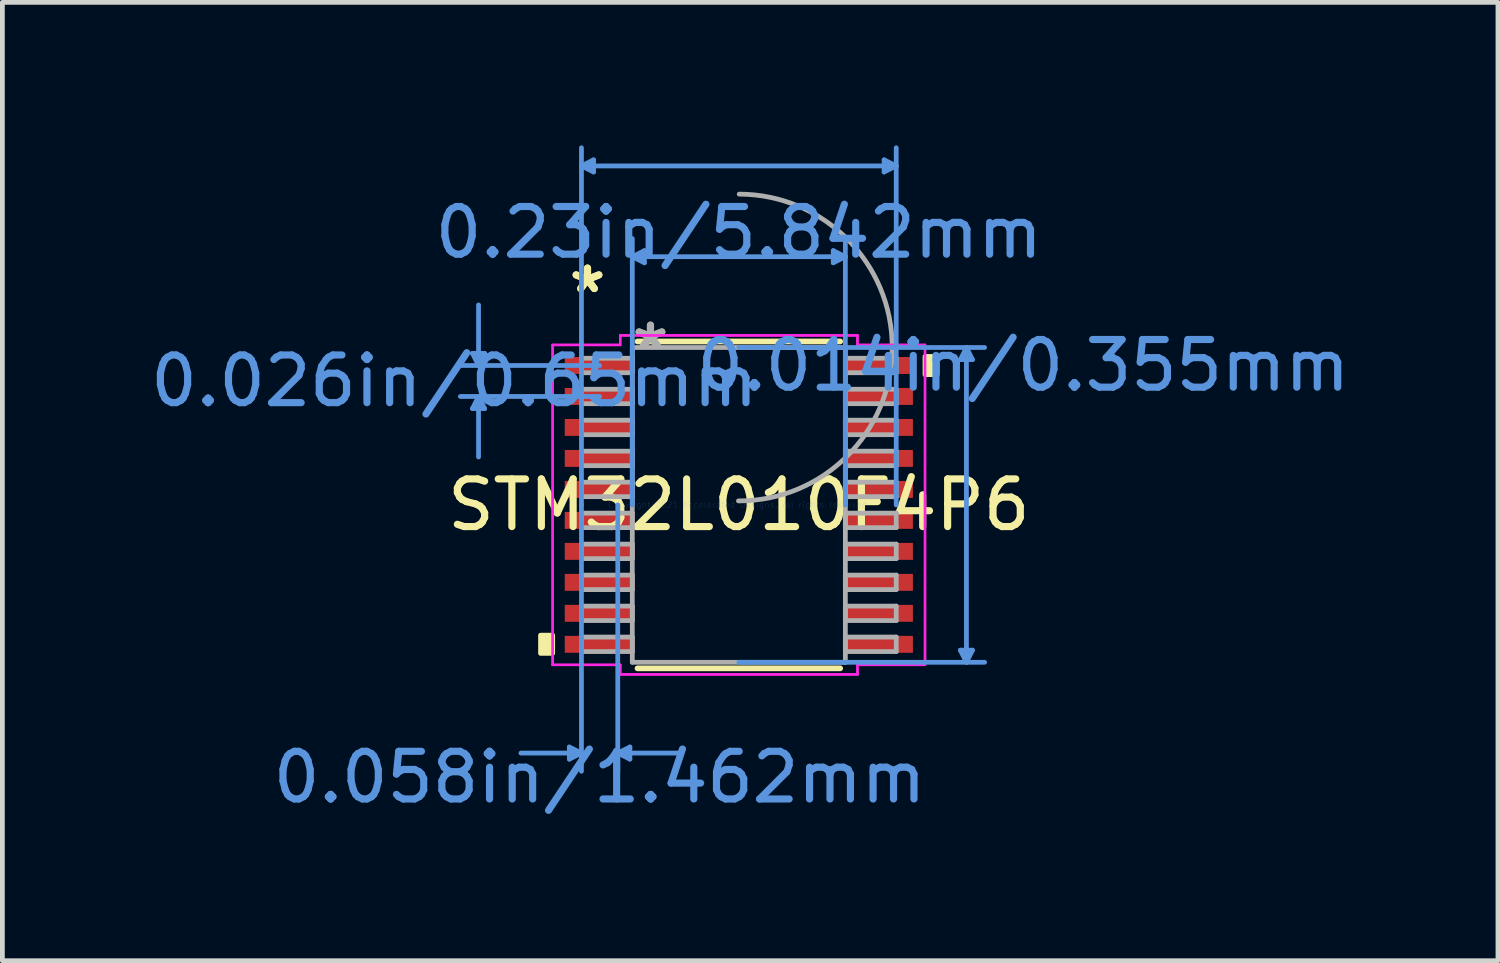
<source format=kicad_pcb>
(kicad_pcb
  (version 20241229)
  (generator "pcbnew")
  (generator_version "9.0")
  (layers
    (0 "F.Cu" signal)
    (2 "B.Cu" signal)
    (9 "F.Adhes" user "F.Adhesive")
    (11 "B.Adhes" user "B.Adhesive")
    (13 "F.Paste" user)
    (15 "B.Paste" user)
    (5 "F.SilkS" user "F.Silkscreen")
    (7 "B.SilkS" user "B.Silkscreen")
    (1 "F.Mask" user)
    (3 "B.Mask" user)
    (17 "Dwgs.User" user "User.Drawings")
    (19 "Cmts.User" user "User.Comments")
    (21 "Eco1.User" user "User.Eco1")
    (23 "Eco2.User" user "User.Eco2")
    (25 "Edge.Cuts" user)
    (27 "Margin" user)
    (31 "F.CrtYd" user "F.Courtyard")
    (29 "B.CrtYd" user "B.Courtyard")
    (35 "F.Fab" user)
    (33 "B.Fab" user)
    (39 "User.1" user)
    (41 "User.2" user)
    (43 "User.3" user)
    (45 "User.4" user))
  (footprint "STM32L010F4P6"
    (layer "F.Cu")
    (at 12.451 7.543)
    (property "Reference" "STM32L010F4P6" (at 0 0 0) (layer "F.SilkS") (effects (font (size 1 1) (thickness 0.15))))
    (attr through_hole)
    (fp_line (start -2.126 3.429) (end 2.126 3.429) (stroke (width 0.12) (type solid)) (layer "F.SilkS"))
    (fp_line (start 2.126 -3.429) (end -2.126 -3.429) (stroke (width 0.12) (type solid)) (layer "F.SilkS"))
    (fp_poly (pts (xy -4.16 2.734) (xy -4.16 3.115) (xy -3.906 3.115) (xy -3.906 2.734)) (stroke (width 0.1) (type solid)) (fill yes) (layer "F.SilkS"))
    (fp_poly (pts (xy 4.16 -3.115) (xy 4.16 -2.734) (xy 3.906 -2.734) (xy 3.906 -3.115)) (stroke (width 0.1) (type solid)) (fill yes) (layer "F.SilkS"))
    (fp_line (start -5.588 -3.179) (end -5.334 -3.179) (stroke (width 0.1) (type solid)) (layer "Cmts.User"))
    (fp_line (start -5.588 -2.021) (end -5.334 -2.021) (stroke (width 0.1) (type solid)) (layer "Cmts.User"))
    (fp_line (start -5.461 -2.925) (end -5.588 -3.179) (stroke (width 0.1) (type solid)) (layer "Cmts.User"))
    (fp_line (start -5.461 -2.925) (end -5.461 -4.195) (stroke (width 0.1) (type solid)) (layer "Cmts.User"))
    (fp_line (start -5.461 -2.925) (end -5.334 -3.179) (stroke (width 0.1) (type solid)) (layer "Cmts.User"))
    (fp_line (start -5.461 -2.275) (end -5.588 -2.021) (stroke (width 0.1) (type solid)) (layer "Cmts.User"))
    (fp_line (start -5.461 -2.275) (end -5.461 -1.005) (stroke (width 0.1) (type solid)) (layer "Cmts.User"))
    (fp_line (start -5.461 -2.275) (end -5.334 -2.021) (stroke (width 0.1) (type solid)) (layer "Cmts.User"))
    (fp_line (start -3.556 5.08) (end -3.556 5.334) (stroke (width 0.1) (type solid)) (layer "Cmts.User"))
    (fp_line (start -3.302 -7.112) (end -3.048 -7.239) (stroke (width 0.1) (type solid)) (layer "Cmts.User"))
    (fp_line (start -3.302 -7.112) (end -3.048 -6.985) (stroke (width 0.1) (type solid)) (layer "Cmts.User"))
    (fp_line (start -3.302 -7.112) (end 3.302 -7.112) (stroke (width 0.1) (type solid)) (layer "Cmts.User"))
    (fp_line (start -3.302 0) (end -3.302 -7.493) (stroke (width 0.1) (type solid)) (layer "Cmts.User"))
    (fp_line (start -3.302 0) (end -3.302 5.588) (stroke (width 0.1) (type solid)) (layer "Cmts.User"))
    (fp_line (start -3.302 5.207) (end -4.572 5.207) (stroke (width 0.1) (type solid)) (layer "Cmts.User"))
    (fp_line (start -3.302 5.207) (end -3.556 5.08) (stroke (width 0.1) (type solid)) (layer "Cmts.User"))
    (fp_line (start -3.302 5.207) (end -3.556 5.334) (stroke (width 0.1) (type solid)) (layer "Cmts.User"))
    (fp_line (start -3.048 -7.239) (end -3.048 -6.985) (stroke (width 0.1) (type solid)) (layer "Cmts.User"))
    (fp_line (start -2.921 -2.925) (end -5.842 -2.925) (stroke (width 0.1) (type solid)) (layer "Cmts.User"))
    (fp_line (start -2.921 -2.275) (end -5.842 -2.275) (stroke (width 0.1) (type solid)) (layer "Cmts.User"))
    (fp_line (start -2.54 0) (end -2.54 5.588) (stroke (width 0.1) (type solid)) (layer "Cmts.User"))
    (fp_line (start -2.54 5.207) (end -2.286 5.08) (stroke (width 0.1) (type solid)) (layer "Cmts.User"))
    (fp_line (start -2.54 5.207) (end -2.286 5.334) (stroke (width 0.1) (type solid)) (layer "Cmts.User"))
    (fp_line (start -2.54 5.207) (end -1.27 5.207) (stroke (width 0.1) (type solid)) (layer "Cmts.User"))
    (fp_line (start -2.286 5.08) (end -2.286 5.334) (stroke (width 0.1) (type solid)) (layer "Cmts.User"))
    (fp_line (start -2.235 -5.207) (end -1.981 -5.334) (stroke (width 0.1) (type solid)) (layer "Cmts.User"))
    (fp_line (start -2.235 -5.207) (end -1.981 -5.08) (stroke (width 0.1) (type solid)) (layer "Cmts.User"))
    (fp_line (start -2.235 -5.207) (end 2.235 -5.207) (stroke (width 0.1) (type solid)) (layer "Cmts.User"))
    (fp_line (start -2.235 0) (end -2.235 -5.588) (stroke (width 0.1) (type solid)) (layer "Cmts.User"))
    (fp_line (start -1.981 -5.334) (end -1.981 -5.08) (stroke (width 0.1) (type solid)) (layer "Cmts.User"))
    (fp_line (start 0 -3.302) (end 5.156 -3.302) (stroke (width 0.1) (type solid)) (layer "Cmts.User"))
    (fp_line (start 0 3.302) (end 5.156 3.302) (stroke (width 0.1) (type solid)) (layer "Cmts.User"))
    (fp_line (start 1.981 -5.334) (end 1.981 -5.08) (stroke (width 0.1) (type solid)) (layer "Cmts.User"))
    (fp_line (start 2.235 -5.207) (end 1.981 -5.334) (stroke (width 0.1) (type solid)) (layer "Cmts.User"))
    (fp_line (start 2.235 -5.207) (end 1.981 -5.08) (stroke (width 0.1) (type solid)) (layer "Cmts.User"))
    (fp_line (start 2.235 0) (end 2.235 -5.588) (stroke (width 0.1) (type solid)) (layer "Cmts.User"))
    (fp_line (start 3.048 -7.239) (end 3.048 -6.985) (stroke (width 0.1) (type solid)) (layer "Cmts.User"))
    (fp_line (start 3.302 -7.112) (end 3.048 -7.239) (stroke (width 0.1) (type solid)) (layer "Cmts.User"))
    (fp_line (start 3.302 -7.112) (end 3.048 -6.985) (stroke (width 0.1) (type solid)) (layer "Cmts.User"))
    (fp_line (start 3.302 0) (end 3.302 -7.493) (stroke (width 0.1) (type solid)) (layer "Cmts.User"))
    (fp_line (start 4.648 -3.048) (end 4.902 -3.048) (stroke (width 0.1) (type solid)) (layer "Cmts.User"))
    (fp_line (start 4.648 3.048) (end 4.902 3.048) (stroke (width 0.1) (type solid)) (layer "Cmts.User"))
    (fp_line (start 4.775 -3.302) (end 4.648 -3.048) (stroke (width 0.1) (type solid)) (layer "Cmts.User"))
    (fp_line (start 4.775 -3.302) (end 4.775 3.302) (stroke (width 0.1) (type solid)) (layer "Cmts.User"))
    (fp_line (start 4.775 -3.302) (end 4.902 -3.048) (stroke (width 0.1) (type solid)) (layer "Cmts.User"))
    (fp_line (start 4.775 3.302) (end 4.648 3.048) (stroke (width 0.1) (type solid)) (layer "Cmts.User"))
    (fp_line (start 4.775 3.302) (end 4.902 3.048) (stroke (width 0.1) (type solid)) (layer "Cmts.User"))
    (fp_line (start -3.906 -3.356) (end -2.489 -3.356) (stroke (width 0.05) (type solid)) (layer "F.CrtYd"))
    (fp_line (start -3.906 -3.356) (end -2.489 -3.356) (stroke (width 0.05) (type solid)) (layer "F.CrtYd"))
    (fp_line (start -3.906 3.356) (end -3.906 -3.356) (stroke (width 0.05) (type solid)) (layer "F.CrtYd"))
    (fp_line (start -3.906 3.356) (end -3.906 -3.356) (stroke (width 0.05) (type solid)) (layer "F.CrtYd"))
    (fp_line (start -3.906 3.356) (end -2.489 3.356) (stroke (width 0.05) (type solid)) (layer "F.CrtYd"))
    (fp_line (start -2.489 -3.556) (end 2.489 -3.556) (stroke (width 0.05) (type solid)) (layer "F.CrtYd"))
    (fp_line (start -2.489 -3.556) (end 2.489 -3.556) (stroke (width 0.05) (type solid)) (layer "F.CrtYd"))
    (fp_line (start -2.489 -3.356) (end -2.489 -3.556) (stroke (width 0.05) (type solid)) (layer "F.CrtYd"))
    (fp_line (start -2.489 -3.356) (end -2.489 -3.556) (stroke (width 0.05) (type solid)) (layer "F.CrtYd"))
    (fp_line (start -2.489 3.356) (end -3.906 3.356) (stroke (width 0.05) (type solid)) (layer "F.CrtYd"))
    (fp_line (start -2.489 3.556) (end -2.489 3.356) (stroke (width 0.05) (type solid)) (layer "F.CrtYd"))
    (fp_line (start -2.489 3.556) (end -2.489 3.356) (stroke (width 0.05) (type solid)) (layer "F.CrtYd"))
    (fp_line (start 2.489 -3.556) (end 2.489 -3.356) (stroke (width 0.05) (type solid)) (layer "F.CrtYd"))
    (fp_line (start 2.489 -3.556) (end 2.489 -3.356) (stroke (width 0.05) (type solid)) (layer "F.CrtYd"))
    (fp_line (start 2.489 -3.356) (end 3.906 -3.356) (stroke (width 0.05) (type solid)) (layer "F.CrtYd"))
    (fp_line (start 2.489 3.356) (end 2.489 3.556) (stroke (width 0.05) (type solid)) (layer "F.CrtYd"))
    (fp_line (start 2.489 3.356) (end 2.489 3.556) (stroke (width 0.05) (type solid)) (layer "F.CrtYd"))
    (fp_line (start 2.489 3.556) (end -2.489 3.556) (stroke (width 0.05) (type solid)) (layer "F.CrtYd"))
    (fp_line (start 2.489 3.556) (end -2.489 3.556) (stroke (width 0.05) (type solid)) (layer "F.CrtYd"))
    (fp_line (start 3.906 -3.356) (end 2.489 -3.356) (stroke (width 0.05) (type solid)) (layer "F.CrtYd"))
    (fp_line (start 3.906 -3.356) (end 3.906 3.356) (stroke (width 0.05) (type solid)) (layer "F.CrtYd"))
    (fp_line (start 3.906 -3.356) (end 3.906 3.356) (stroke (width 0.05) (type solid)) (layer "F.CrtYd"))
    (fp_line (start 3.906 3.356) (end 2.489 3.356) (stroke (width 0.05) (type solid)) (layer "F.CrtYd"))
    (fp_line (start 3.906 3.356) (end 2.489 3.356) (stroke (width 0.05) (type solid)) (layer "F.CrtYd"))
    (fp_line (start -3.302 -3.077) (end -3.302 -2.773) (stroke (width 0.1) (type solid)) (layer "F.Fab"))
    (fp_line (start -3.302 -2.773) (end -2.235 -2.773) (stroke (width 0.1) (type solid)) (layer "F.Fab"))
    (fp_line (start -3.302 -2.427) (end -3.302 -2.123) (stroke (width 0.1) (type solid)) (layer "F.Fab"))
    (fp_line (start -3.302 -2.123) (end -2.235 -2.123) (stroke (width 0.1) (type solid)) (layer "F.Fab"))
    (fp_line (start -3.302 -1.777) (end -3.302 -1.473) (stroke (width 0.1) (type solid)) (layer "F.Fab"))
    (fp_line (start -3.302 -1.473) (end -2.235 -1.473) (stroke (width 0.1) (type solid)) (layer "F.Fab"))
    (fp_line (start -3.302 -1.127) (end -3.302 -0.823) (stroke (width 0.1) (type solid)) (layer "F.Fab"))
    (fp_line (start -3.302 -0.823) (end -2.235 -0.823) (stroke (width 0.1) (type solid)) (layer "F.Fab"))
    (fp_line (start -3.302 -0.477) (end -3.302 -0.173) (stroke (width 0.1) (type solid)) (layer "F.Fab"))
    (fp_line (start -3.302 -0.173) (end -2.235 -0.173) (stroke (width 0.1) (type solid)) (layer "F.Fab"))
    (fp_line (start -3.302 0.173) (end -3.302 0.477) (stroke (width 0.1) (type solid)) (layer "F.Fab"))
    (fp_line (start -3.302 0.477) (end -2.235 0.477) (stroke (width 0.1) (type solid)) (layer "F.Fab"))
    (fp_line (start -3.302 0.823) (end -3.302 1.127) (stroke (width 0.1) (type solid)) (layer "F.Fab"))
    (fp_line (start -3.302 1.127) (end -2.235 1.127) (stroke (width 0.1) (type solid)) (layer "F.Fab"))
    (fp_line (start -3.302 1.473) (end -3.302 1.777) (stroke (width 0.1) (type solid)) (layer "F.Fab"))
    (fp_line (start -3.302 1.777) (end -2.235 1.777) (stroke (width 0.1) (type solid)) (layer "F.Fab"))
    (fp_line (start -3.302 2.123) (end -3.302 2.427) (stroke (width 0.1) (type solid)) (layer "F.Fab"))
    (fp_line (start -3.302 2.427) (end -2.235 2.427) (stroke (width 0.1) (type solid)) (layer "F.Fab"))
    (fp_line (start -3.302 2.773) (end -3.302 3.077) (stroke (width 0.1) (type solid)) (layer "F.Fab"))
    (fp_line (start -3.302 3.077) (end -2.235 3.077) (stroke (width 0.1) (type solid)) (layer "F.Fab"))
    (fp_line (start -2.235 -3.302) (end -2.235 3.302) (stroke (width 0.1) (type solid)) (layer "F.Fab"))
    (fp_line (start -2.235 -3.077) (end -3.302 -3.077) (stroke (width 0.1) (type solid)) (layer "F.Fab"))
    (fp_line (start -2.235 -2.773) (end -2.235 -3.077) (stroke (width 0.1) (type solid)) (layer "F.Fab"))
    (fp_line (start -2.235 -2.427) (end -3.302 -2.427) (stroke (width 0.1) (type solid)) (layer "F.Fab"))
    (fp_line (start -2.235 -2.123) (end -2.235 -2.427) (stroke (width 0.1) (type solid)) (layer "F.Fab"))
    (fp_line (start -2.235 -1.777) (end -3.302 -1.777) (stroke (width 0.1) (type solid)) (layer "F.Fab"))
    (fp_line (start -2.235 -1.473) (end -2.235 -1.777) (stroke (width 0.1) (type solid)) (layer "F.Fab"))
    (fp_line (start -2.235 -1.127) (end -3.302 -1.127) (stroke (width 0.1) (type solid)) (layer "F.Fab"))
    (fp_line (start -2.235 -0.823) (end -2.235 -1.127) (stroke (width 0.1) (type solid)) (layer "F.Fab"))
    (fp_line (start -2.235 -0.477) (end -3.302 -0.477) (stroke (width 0.1) (type solid)) (layer "F.Fab"))
    (fp_line (start -2.235 -0.173) (end -2.235 -0.477) (stroke (width 0.1) (type solid)) (layer "F.Fab"))
    (fp_line (start -2.235 0.173) (end -3.302 0.173) (stroke (width 0.1) (type solid)) (layer "F.Fab"))
    (fp_line (start -2.235 0.477) (end -2.235 0.173) (stroke (width 0.1) (type solid)) (layer "F.Fab"))
    (fp_line (start -2.235 0.823) (end -3.302 0.823) (stroke (width 0.1) (type solid)) (layer "F.Fab"))
    (fp_line (start -2.235 1.127) (end -2.235 0.823) (stroke (width 0.1) (type solid)) (layer "F.Fab"))
    (fp_line (start -2.235 1.473) (end -3.302 1.473) (stroke (width 0.1) (type solid)) (layer "F.Fab"))
    (fp_line (start -2.235 1.777) (end -2.235 1.473) (stroke (width 0.1) (type solid)) (layer "F.Fab"))
    (fp_line (start -2.235 2.123) (end -3.302 2.123) (stroke (width 0.1) (type solid)) (layer "F.Fab"))
    (fp_line (start -2.235 2.427) (end -2.235 2.123) (stroke (width 0.1) (type solid)) (layer "F.Fab"))
    (fp_line (start -2.235 2.773) (end -3.302 2.773) (stroke (width 0.1) (type solid)) (layer "F.Fab"))
    (fp_line (start -2.235 3.077) (end -2.235 2.773) (stroke (width 0.1) (type solid)) (layer "F.Fab"))
    (fp_line (start -2.235 3.302) (end 2.235 3.302) (stroke (width 0.1) (type solid)) (layer "F.Fab"))
    (fp_line (start 2.235 -3.302) (end -2.235 -3.302) (stroke (width 0.1) (type solid)) (layer "F.Fab"))
    (fp_line (start 2.235 -3.077) (end 2.235 -2.773) (stroke (width 0.1) (type solid)) (layer "F.Fab"))
    (fp_line (start 2.235 -2.773) (end 3.302 -2.773) (stroke (width 0.1) (type solid)) (layer "F.Fab"))
    (fp_line (start 2.235 -2.427) (end 2.235 -2.123) (stroke (width 0.1) (type solid)) (layer "F.Fab"))
    (fp_line (start 2.235 -2.123) (end 3.302 -2.123) (stroke (width 0.1) (type solid)) (layer "F.Fab"))
    (fp_line (start 2.235 -1.777) (end 2.235 -1.473) (stroke (width 0.1) (type solid)) (layer "F.Fab"))
    (fp_line (start 2.235 -1.473) (end 3.302 -1.473) (stroke (width 0.1) (type solid)) (layer "F.Fab"))
    (fp_line (start 2.235 -1.127) (end 2.235 -0.823) (stroke (width 0.1) (type solid)) (layer "F.Fab"))
    (fp_line (start 2.235 -0.823) (end 3.302 -0.823) (stroke (width 0.1) (type solid)) (layer "F.Fab"))
    (fp_line (start 2.235 -0.477) (end 2.235 -0.173) (stroke (width 0.1) (type solid)) (layer "F.Fab"))
    (fp_line (start 2.235 -0.173) (end 3.302 -0.173) (stroke (width 0.1) (type solid)) (layer "F.Fab"))
    (fp_line (start 2.235 0.173) (end 2.235 0.477) (stroke (width 0.1) (type solid)) (layer "F.Fab"))
    (fp_line (start 2.235 0.477) (end 3.302 0.477) (stroke (width 0.1) (type solid)) (layer "F.Fab"))
    (fp_line (start 2.235 0.823) (end 2.235 1.127) (stroke (width 0.1) (type solid)) (layer "F.Fab"))
    (fp_line (start 2.235 1.127) (end 3.302 1.127) (stroke (width 0.1) (type solid)) (layer "F.Fab"))
    (fp_line (start 2.235 1.473) (end 2.235 1.777) (stroke (width 0.1) (type solid)) (layer "F.Fab"))
    (fp_line (start 2.235 1.777) (end 3.302 1.777) (stroke (width 0.1) (type solid)) (layer "F.Fab"))
    (fp_line (start 2.235 2.123) (end 2.235 2.427) (stroke (width 0.1) (type solid)) (layer "F.Fab"))
    (fp_line (start 2.235 2.427) (end 3.302 2.427) (stroke (width 0.1) (type solid)) (layer "F.Fab"))
    (fp_line (start 2.235 2.773) (end 2.235 3.077) (stroke (width 0.1) (type solid)) (layer "F.Fab"))
    (fp_line (start 2.235 3.077) (end 3.302 3.077) (stroke (width 0.1) (type solid)) (layer "F.Fab"))
    (fp_line (start 2.235 3.302) (end 2.235 -3.302) (stroke (width 0.1) (type solid)) (layer "F.Fab"))
    (fp_line (start 3.302 -3.077) (end 2.235 -3.077) (stroke (width 0.1) (type solid)) (layer "F.Fab"))
    (fp_line (start 3.302 -2.773) (end 3.302 -3.077) (stroke (width 0.1) (type solid)) (layer "F.Fab"))
    (fp_line (start 3.302 -2.427) (end 2.235 -2.427) (stroke (width 0.1) (type solid)) (layer "F.Fab"))
    (fp_line (start 3.302 -2.123) (end 3.302 -2.427) (stroke (width 0.1) (type solid)) (layer "F.Fab"))
    (fp_line (start 3.302 -1.777) (end 2.235 -1.777) (stroke (width 0.1) (type solid)) (layer "F.Fab"))
    (fp_line (start 3.302 -1.473) (end 3.302 -1.777) (stroke (width 0.1) (type solid)) (layer "F.Fab"))
    (fp_line (start 3.302 -1.127) (end 2.235 -1.127) (stroke (width 0.1) (type solid)) (layer "F.Fab"))
    (fp_line (start 3.302 -0.823) (end 3.302 -1.127) (stroke (width 0.1) (type solid)) (layer "F.Fab"))
    (fp_line (start 3.302 -0.477) (end 2.235 -0.477) (stroke (width 0.1) (type solid)) (layer "F.Fab"))
    (fp_line (start 3.302 -0.173) (end 3.302 -0.477) (stroke (width 0.1) (type solid)) (layer "F.Fab"))
    (fp_line (start 3.302 0.173) (end 2.235 0.173) (stroke (width 0.1) (type solid)) (layer "F.Fab"))
    (fp_line (start 3.302 0.477) (end 3.302 0.173) (stroke (width 0.1) (type solid)) (layer "F.Fab"))
    (fp_line (start 3.302 0.823) (end 2.235 0.823) (stroke (width 0.1) (type solid)) (layer "F.Fab"))
    (fp_line (start 3.302 1.127) (end 3.302 0.823) (stroke (width 0.1) (type solid)) (layer "F.Fab"))
    (fp_line (start 3.302 1.473) (end 2.235 1.473) (stroke (width 0.1) (type solid)) (layer "F.Fab"))
    (fp_line (start 3.302 1.777) (end 3.302 1.473) (stroke (width 0.1) (type solid)) (layer "F.Fab"))
    (fp_line (start 3.302 2.123) (end 2.235 2.123) (stroke (width 0.1) (type solid)) (layer "F.Fab"))
    (fp_line (start 3.302 2.427) (end 3.302 2.123) (stroke (width 0.1) (type solid)) (layer "F.Fab"))
    (fp_line (start 3.302 2.773) (end 2.235 2.773) (stroke (width 0.1) (type solid)) (layer "F.Fab"))
    (fp_line (start 3.302 3.077) (end 3.302 2.773) (stroke (width 0.1) (type solid)) (layer "F.Fab"))
    (fp_arc (start 0.007742 -6.520129) (mid 3.218129 -3.294258) (end -0.007742 -0.083871) (stroke (width 0.1) (type solid)) (layer "F.Fab"))
    (fp_text user "*" (at -3.175 -4.423 0) (layer "F.SilkS") (effects (font (size 1 1) (thickness 0.15))))
    (fp_text user "*" (at -3.175 -4.423 0) (layer "F.SilkS") (effects (font (size 1 1) (thickness 0.15))))
    (fp_text user "0.23in/5.842mm" (at 0 -5.715 0) (layer "Cmts.User") (effects (font (size 1 1) (thickness 0.15))))
    (fp_text user "Copyright 2021 Accelerated Designs. All rights reserved." (at 0 0 0) (layer "Cmts.User") (effects (font (size 0.127 0.127) (thickness 0.002))))
    (fp_text user "0.014in/0.355mm" (at 5.969 -2.925 0) (layer "Cmts.User") (effects (font (size 1 1) (thickness 0.15))))
    (fp_text user "0.058in/1.462mm" (at -2.921 5.715 0) (layer "Cmts.User") (effects (font (size 1 1) (thickness 0.15))))
    (fp_text user "0.026in/0.65mm" (at -5.969 -2.6 0) (layer "Cmts.User") (effects (font (size 1 1) (thickness 0.15))))
    (fp_text user "*" (at -1.854 -3.226 0) (layer "F.Fab") (effects (font (size 1 1) (thickness 0.15))))
    (fp_text user "*" (at -1.854 -3.226 0) (layer "F.Fab") (effects (font (size 1 1) (thickness 0.15))))
    (pad "1" smd rect (at -2.921 -2.925) (size 1.462 0.355) (layers "F.Cu" "F.Mask" "F.Paste"))
    (pad "2" smd rect (at -2.921 -2.275) (size 1.462 0.355) (layers "F.Cu" "F.Mask" "F.Paste"))
    (pad "3" smd rect (at -2.921 -1.625) (size 1.462 0.355) (layers "F.Cu" "F.Mask" "F.Paste"))
    (pad "4" smd rect (at -2.921 -0.975) (size 1.462 0.355) (layers "F.Cu" "F.Mask" "F.Paste"))
    (pad "5" smd rect (at -2.921 -0.325) (size 1.462 0.355) (layers "F.Cu" "F.Mask" "F.Paste"))
    (pad "6" smd rect (at -2.921 0.325) (size 1.462 0.355) (layers "F.Cu" "F.Mask" "F.Paste"))
    (pad "7" smd rect (at -2.921 0.975) (size 1.462 0.355) (layers "F.Cu" "F.Mask" "F.Paste"))
    (pad "8" smd rect (at -2.921 1.625) (size 1.462 0.355) (layers "F.Cu" "F.Mask" "F.Paste"))
    (pad "9" smd rect (at -2.921 2.275) (size 1.462 0.355) (layers "F.Cu" "F.Mask" "F.Paste"))
    (pad "10" smd rect (at -2.921 2.925) (size 1.462 0.355) (layers "F.Cu" "F.Mask" "F.Paste"))
    (pad "11" smd rect (at 2.921 2.925) (size 1.462 0.355) (layers "F.Cu" "F.Mask" "F.Paste"))
    (pad "12" smd rect (at 2.921 2.275) (size 1.462 0.355) (layers "F.Cu" "F.Mask" "F.Paste"))
    (pad "13" smd rect (at 2.921 1.625) (size 1.462 0.355) (layers "F.Cu" "F.Mask" "F.Paste"))
    (pad "14" smd rect (at 2.921 0.975) (size 1.462 0.355) (layers "F.Cu" "F.Mask" "F.Paste"))
    (pad "15" smd rect (at 2.921 0.325) (size 1.462 0.355) (layers "F.Cu" "F.Mask" "F.Paste"))
    (pad "16" smd rect (at 2.921 -0.325) (size 1.462 0.355) (layers "F.Cu" "F.Mask" "F.Paste"))
    (pad "17" smd rect (at 2.921 -0.975) (size 1.462 0.355) (layers "F.Cu" "F.Mask" "F.Paste"))
    (pad "18" smd rect (at 2.921 -1.625) (size 1.462 0.355) (layers "F.Cu" "F.Mask" "F.Paste"))
    (pad "19" smd rect (at 2.921 -2.275) (size 1.462 0.355) (layers "F.Cu" "F.Mask" "F.Paste"))
    (pad "20" smd rect (at 2.921 -2.925) (size 1.462 0.355) (layers "F.Cu" "F.Mask" "F.Paste")))
  (gr_rect
    (start -3 -3)
    (end 28.378 17.106)
    (stroke (width 0.1) (type default))
    (fill no)
    (layer "Edge.Cuts")))
</source>
